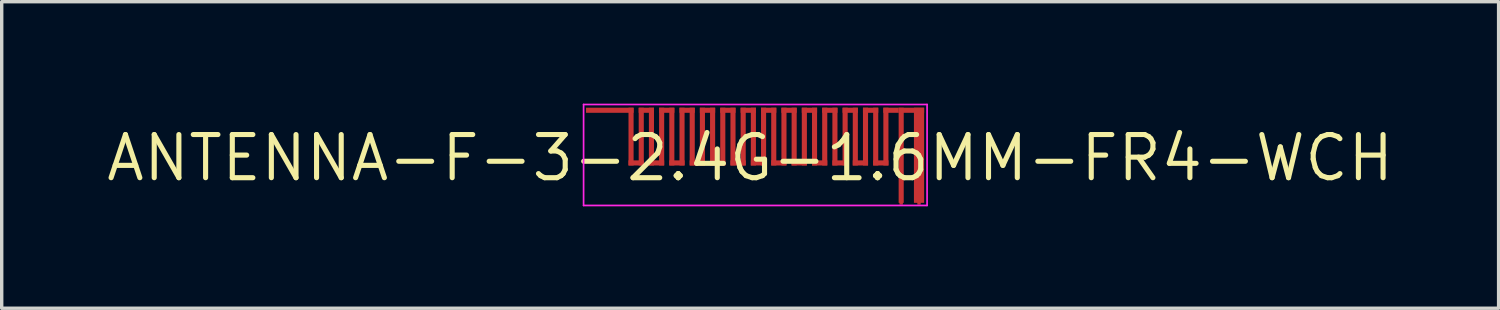
<source format=kicad_pcb>
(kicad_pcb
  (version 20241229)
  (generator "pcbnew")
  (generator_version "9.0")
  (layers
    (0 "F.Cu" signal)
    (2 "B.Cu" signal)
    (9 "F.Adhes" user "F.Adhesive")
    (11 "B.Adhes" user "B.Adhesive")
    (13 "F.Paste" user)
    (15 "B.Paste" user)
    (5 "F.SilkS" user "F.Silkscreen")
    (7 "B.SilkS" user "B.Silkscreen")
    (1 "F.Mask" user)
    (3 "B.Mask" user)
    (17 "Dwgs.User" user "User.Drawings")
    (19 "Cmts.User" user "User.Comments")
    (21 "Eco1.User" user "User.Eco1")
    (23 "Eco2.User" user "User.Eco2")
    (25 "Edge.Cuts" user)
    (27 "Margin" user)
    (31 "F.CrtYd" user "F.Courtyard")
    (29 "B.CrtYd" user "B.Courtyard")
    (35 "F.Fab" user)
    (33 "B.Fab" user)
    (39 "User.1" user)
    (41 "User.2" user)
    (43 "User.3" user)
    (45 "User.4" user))
  (footprint "ANTENNA-F-3-2.4G-1.6MM-FR4-WCH"
    (layer "F.Cu")
    (at 19.027 1.6)
    (property "Reference" "ANTENNA-F-3-2.4G-1.6MM-FR4-WCH" (at 0 0 0) (layer "F.SilkS") (effects (font (size 1.27 1.27) (thickness 0.15))))
    (attr exclude_from_pos_files exclude_from_bom)
    (fp_poly (pts (xy -3.43 -1.33) (xy -4.83 -1.33) (xy -4.83 -1.48) (xy -3.43 -1.48)) (stroke (width 0) (type solid)) (fill yes) (layer "F.Cu"))
    (fp_poly (pts (xy -3.43 0.22) (xy -3.58 0.22) (xy -3.58 -1.48) (xy -3.43 -1.48)) (stroke (width 0) (type solid)) (fill yes) (layer "F.Cu"))
    (fp_poly (pts (xy -3.13 0.22) (xy -3.58 0.22) (xy -3.58 0.07) (xy -3.13 0.07)) (stroke (width 0) (type solid)) (fill yes) (layer "F.Cu"))
    (fp_poly (pts (xy -3.13 0.22) (xy -3.28 0.22) (xy -3.28 -1.48) (xy -3.13 -1.48)) (stroke (width 0) (type solid)) (fill yes) (layer "F.Cu"))
    (fp_poly (pts (xy -2.83 -1.33) (xy -3.28 -1.33) (xy -3.28 -1.48) (xy -2.83 -1.48)) (stroke (width 0) (type solid)) (fill yes) (layer "F.Cu"))
    (fp_poly (pts (xy -2.83 0.22) (xy -2.98 0.22) (xy -2.98 -1.48) (xy -2.83 -1.48)) (stroke (width 0) (type solid)) (fill yes) (layer "F.Cu"))
    (fp_poly (pts (xy -2.53 0.22) (xy -2.98 0.22) (xy -2.98 0.07) (xy -2.53 0.07)) (stroke (width 0) (type solid)) (fill yes) (layer "F.Cu"))
    (fp_poly (pts (xy -2.53 0.22) (xy -2.68 0.22) (xy -2.68 -1.48) (xy -2.53 -1.48)) (stroke (width 0) (type solid)) (fill yes) (layer "F.Cu"))
    (fp_poly (pts (xy -2.23 -1.33) (xy -2.68 -1.33) (xy -2.68 -1.48) (xy -2.23 -1.48)) (stroke (width 0) (type solid)) (fill yes) (layer "F.Cu"))
    (fp_poly (pts (xy -2.23 0.22) (xy -2.38 0.22) (xy -2.38 -1.48) (xy -2.23 -1.48)) (stroke (width 0) (type solid)) (fill yes) (layer "F.Cu"))
    (fp_poly (pts (xy -1.93 0.22) (xy -2.38 0.22) (xy -2.38 0.07) (xy -1.93 0.07)) (stroke (width 0) (type solid)) (fill yes) (layer "F.Cu"))
    (fp_poly (pts (xy -1.93 0.22) (xy -2.08 0.22) (xy -2.08 -1.48) (xy -1.93 -1.48)) (stroke (width 0) (type solid)) (fill yes) (layer "F.Cu"))
    (fp_poly (pts (xy -1.63 -1.33) (xy -2.08 -1.33) (xy -2.08 -1.48) (xy -1.63 -1.48)) (stroke (width 0) (type solid)) (fill yes) (layer "F.Cu"))
    (fp_poly (pts (xy -1.63 0.22) (xy -1.78 0.22) (xy -1.78 -1.48) (xy -1.63 -1.48)) (stroke (width 0) (type solid)) (fill yes) (layer "F.Cu"))
    (fp_poly (pts (xy -1.33 0.22) (xy -1.78 0.22) (xy -1.78 0.07) (xy -1.33 0.07)) (stroke (width 0) (type solid)) (fill yes) (layer "F.Cu"))
    (fp_poly (pts (xy -1.33 0.22) (xy -1.48 0.22) (xy -1.48 -1.48) (xy -1.33 -1.48)) (stroke (width 0) (type solid)) (fill yes) (layer "F.Cu"))
    (fp_poly (pts (xy -1.03 -1.33) (xy -1.48 -1.33) (xy -1.48 -1.48) (xy -1.03 -1.48)) (stroke (width 0) (type solid)) (fill yes) (layer "F.Cu"))
    (fp_poly (pts (xy -1.03 0.22) (xy -1.18 0.22) (xy -1.18 -1.48) (xy -1.03 -1.48)) (stroke (width 0) (type solid)) (fill yes) (layer "F.Cu"))
    (fp_poly (pts (xy -0.73 0.22) (xy -1.18 0.22) (xy -1.18 0.07) (xy -0.73 0.07)) (stroke (width 0) (type solid)) (fill yes) (layer "F.Cu"))
    (fp_poly (pts (xy -0.73 0.22) (xy -0.88 0.22) (xy -0.88 -1.48) (xy -0.73 -1.48)) (stroke (width 0) (type solid)) (fill yes) (layer "F.Cu"))
    (fp_poly (pts (xy -0.43 -1.33) (xy -0.88 -1.33) (xy -0.88 -1.48) (xy -0.43 -1.48)) (stroke (width 0) (type solid)) (fill yes) (layer "F.Cu"))
    (fp_poly (pts (xy -0.43 0.22) (xy -0.58 0.22) (xy -0.58 -1.48) (xy -0.43 -1.48)) (stroke (width 0) (type solid)) (fill yes) (layer "F.Cu"))
    (fp_poly (pts (xy -0.13 0.22) (xy -0.58 0.22) (xy -0.58 0.07) (xy -0.13 0.07)) (stroke (width 0) (type solid)) (fill yes) (layer "F.Cu"))
    (fp_poly (pts (xy -0.13 0.22) (xy -0.28 0.22) (xy -0.28 -1.48) (xy -0.13 -1.48)) (stroke (width 0) (type solid)) (fill yes) (layer "F.Cu"))
    (fp_poly (pts (xy 0.17 -1.33) (xy -0.28 -1.33) (xy -0.28 -1.48) (xy 0.17 -1.48)) (stroke (width 0) (type solid)) (fill yes) (layer "F.Cu"))
    (fp_poly (pts (xy 0.17 0.22) (xy 0.02 0.22) (xy 0.02 -1.48) (xy 0.17 -1.48)) (stroke (width 0) (type solid)) (fill yes) (layer "F.Cu"))
    (fp_poly (pts (xy 0.47 0.22) (xy 0.02 0.22) (xy 0.02 0.07) (xy 0.47 0.07)) (stroke (width 0) (type solid)) (fill yes) (layer "F.Cu"))
    (fp_poly (pts (xy 0.47 0.22) (xy 0.32 0.22) (xy 0.32 -1.48) (xy 0.47 -1.48)) (stroke (width 0) (type solid)) (fill yes) (layer "F.Cu"))
    (fp_poly (pts (xy 0.77 -1.33) (xy 0.32 -1.33) (xy 0.32 -1.48) (xy 0.77 -1.48)) (stroke (width 0) (type solid)) (fill yes) (layer "F.Cu"))
    (fp_poly (pts (xy 0.77 0.22) (xy 0.62 0.22) (xy 0.62 -1.48) (xy 0.77 -1.48)) (stroke (width 0) (type solid)) (fill yes) (layer "F.Cu"))
    (fp_poly (pts (xy 1.07 0.22) (xy 0.62 0.22) (xy 0.62 0.07) (xy 1.07 0.07)) (stroke (width 0) (type solid)) (fill yes) (layer "F.Cu"))
    (fp_poly (pts (xy 1.07 0.22) (xy 0.92 0.22) (xy 0.92 -1.48) (xy 1.07 -1.48)) (stroke (width 0) (type solid)) (fill yes) (layer "F.Cu"))
    (fp_poly (pts (xy 1.37 -1.33) (xy 0.92 -1.33) (xy 0.92 -1.48) (xy 1.37 -1.48)) (stroke (width 0) (type solid)) (fill yes) (layer "F.Cu"))
    (fp_poly (pts (xy 1.37 0.22) (xy 1.22 0.22) (xy 1.22 -1.48) (xy 1.37 -1.48)) (stroke (width 0) (type solid)) (fill yes) (layer "F.Cu"))
    (fp_poly (pts (xy 1.67 0.22) (xy 1.22 0.22) (xy 1.22 0.07) (xy 1.67 0.07)) (stroke (width 0) (type solid)) (fill yes) (layer "F.Cu"))
    (fp_poly (pts (xy 1.67 0.22) (xy 1.52 0.22) (xy 1.52 -1.48) (xy 1.67 -1.48)) (stroke (width 0) (type solid)) (fill yes) (layer "F.Cu"))
    (fp_poly (pts (xy 1.97 -1.33) (xy 1.52 -1.33) (xy 1.52 -1.48) (xy 1.97 -1.48)) (stroke (width 0) (type solid)) (fill yes) (layer "F.Cu"))
    (fp_poly (pts (xy 1.97 0.22) (xy 1.82 0.22) (xy 1.82 -1.48) (xy 1.97 -1.48)) (stroke (width 0) (type solid)) (fill yes) (layer "F.Cu"))
    (fp_poly (pts (xy 2.27 0.22) (xy 1.82 0.22) (xy 1.82 0.07) (xy 2.27 0.07)) (stroke (width 0) (type solid)) (fill yes) (layer "F.Cu"))
    (fp_poly (pts (xy 2.27 0.22) (xy 2.12 0.22) (xy 2.12 -1.48) (xy 2.27 -1.48)) (stroke (width 0) (type solid)) (fill yes) (layer "F.Cu"))
    (fp_poly (pts (xy 2.57 -1.33) (xy 2.12 -1.33) (xy 2.12 -1.48) (xy 2.57 -1.48)) (stroke (width 0) (type solid)) (fill yes) (layer "F.Cu"))
    (fp_poly (pts (xy 2.57 0.22) (xy 2.42 0.22) (xy 2.42 -1.48) (xy 2.57 -1.48)) (stroke (width 0) (type solid)) (fill yes) (layer "F.Cu"))
    (fp_poly (pts (xy 2.87 0.22) (xy 2.42 0.22) (xy 2.42 0.07) (xy 2.87 0.07)) (stroke (width 0) (type solid)) (fill yes) (layer "F.Cu"))
    (fp_poly (pts (xy 2.87 0.22) (xy 2.72 0.22) (xy 2.72 -1.48) (xy 2.87 -1.48)) (stroke (width 0) (type solid)) (fill yes) (layer "F.Cu"))
    (fp_poly (pts (xy 3.17 -1.33) (xy 2.72 -1.33) (xy 2.72 -1.48) (xy 3.17 -1.48)) (stroke (width 0) (type solid)) (fill yes) (layer "F.Cu"))
    (fp_poly (pts (xy 3.17 0.22) (xy 3.02 0.22) (xy 3.02 -1.48) (xy 3.17 -1.48)) (stroke (width 0) (type solid)) (fill yes) (layer "F.Cu"))
    (fp_poly (pts (xy 3.47 0.22) (xy 3.02 0.22) (xy 3.02 0.07) (xy 3.47 0.07)) (stroke (width 0) (type solid)) (fill yes) (layer "F.Cu"))
    (fp_poly (pts (xy 3.47 0.22) (xy 3.32 0.22) (xy 3.32 -1.48) (xy 3.47 -1.48)) (stroke (width 0) (type solid)) (fill yes) (layer "F.Cu"))
    (fp_poly (pts (xy 3.77 -1.33) (xy 3.32 -1.33) (xy 3.32 -1.48) (xy 3.77 -1.48)) (stroke (width 0) (type solid)) (fill yes) (layer "F.Cu"))
    (fp_poly (pts (xy 3.77 0.22) (xy 3.62 0.22) (xy 3.62 -1.48) (xy 3.77 -1.48)) (stroke (width 0) (type solid)) (fill yes) (layer "F.Cu"))
    (fp_poly (pts (xy 4.07 0.22) (xy 3.62 0.22) (xy 3.62 0.07) (xy 4.07 0.07)) (stroke (width 0) (type solid)) (fill yes) (layer "F.Cu"))
    (fp_poly (pts (xy 4.07 0.22) (xy 3.92 0.22) (xy 3.92 -1.48) (xy 4.07 -1.48)) (stroke (width 0) (type solid)) (fill yes) (layer "F.Cu"))
    (fp_poly (pts (xy 4.37 -1.33) (xy 4.37 -1.48) (xy 5.12 -1.48) (xy 5.12 -1.33)) (stroke (width 0) (type solid)) (fill yes) (layer "F.Cu"))
    (fp_poly (pts (xy 4.37 -1.33) (xy 3.92 -1.33) (xy 3.92 -1.48) (xy 4.37 -1.48)) (stroke (width 0) (type solid)) (fill yes) (layer "F.Cu"))
    (fp_poly (pts (xy 4.52 1.32) (xy 4.37 1.32) (xy 4.37 -1.48) (xy 4.52 -1.48)) (stroke (width 0) (type solid)) (fill yes) (layer "F.Cu"))
    (fp_poly (pts (xy 5.12 1.32) (xy 4.82 1.32) (xy 4.82 -1.48) (xy 5.12 -1.48)) (stroke (width 0) (type solid)) (fill yes) (layer "F.Cu"))
    (fp_poly (pts (xy -3.43 -1.33) (xy -4.83 -1.33) (xy -4.83 -1.48) (xy -3.43 -1.48)) (stroke (width 0) (type solid)) (fill yes) (layer "F.Mask"))
    (fp_poly (pts (xy -3.43 0.22) (xy -3.58 0.22) (xy -3.58 -1.48) (xy -3.43 -1.48)) (stroke (width 0) (type solid)) (fill yes) (layer "F.Mask"))
    (fp_poly (pts (xy -3.13 0.22) (xy -3.58 0.22) (xy -3.58 0.07) (xy -3.13 0.07)) (stroke (width 0) (type solid)) (fill yes) (layer "F.Mask"))
    (fp_poly (pts (xy -3.13 0.22) (xy -3.28 0.22) (xy -3.28 -1.48) (xy -3.13 -1.48)) (stroke (width 0) (type solid)) (fill yes) (layer "F.Mask"))
    (fp_poly (pts (xy -2.83 -1.33) (xy -3.28 -1.33) (xy -3.28 -1.48) (xy -2.83 -1.48)) (stroke (width 0) (type solid)) (fill yes) (layer "F.Mask"))
    (fp_poly (pts (xy -2.83 0.22) (xy -2.98 0.22) (xy -2.98 -1.48) (xy -2.83 -1.48)) (stroke (width 0) (type solid)) (fill yes) (layer "F.Mask"))
    (fp_poly (pts (xy -2.53 0.22) (xy -2.98 0.22) (xy -2.98 0.07) (xy -2.53 0.07)) (stroke (width 0) (type solid)) (fill yes) (layer "F.Mask"))
    (fp_poly (pts (xy -2.53 0.22) (xy -2.68 0.22) (xy -2.68 -1.48) (xy -2.53 -1.48)) (stroke (width 0) (type solid)) (fill yes) (layer "F.Mask"))
    (fp_poly (pts (xy -2.23 -1.33) (xy -2.68 -1.33) (xy -2.68 -1.48) (xy -2.23 -1.48)) (stroke (width 0) (type solid)) (fill yes) (layer "F.Mask"))
    (fp_poly (pts (xy -2.23 0.22) (xy -2.38 0.22) (xy -2.38 -1.48) (xy -2.23 -1.48)) (stroke (width 0) (type solid)) (fill yes) (layer "F.Mask"))
    (fp_poly (pts (xy -1.93 0.22) (xy -2.38 0.22) (xy -2.38 0.07) (xy -1.93 0.07)) (stroke (width 0) (type solid)) (fill yes) (layer "F.Mask"))
    (fp_poly (pts (xy -1.93 0.22) (xy -2.08 0.22) (xy -2.08 -1.48) (xy -1.93 -1.48)) (stroke (width 0) (type solid)) (fill yes) (layer "F.Mask"))
    (fp_poly (pts (xy -1.63 -1.33) (xy -2.08 -1.33) (xy -2.08 -1.48) (xy -1.63 -1.48)) (stroke (width 0) (type solid)) (fill yes) (layer "F.Mask"))
    (fp_poly (pts (xy -1.63 0.22) (xy -1.78 0.22) (xy -1.78 -1.48) (xy -1.63 -1.48)) (stroke (width 0) (type solid)) (fill yes) (layer "F.Mask"))
    (fp_poly (pts (xy -1.33 0.22) (xy -1.78 0.22) (xy -1.78 0.07) (xy -1.33 0.07)) (stroke (width 0) (type solid)) (fill yes) (layer "F.Mask"))
    (fp_poly (pts (xy -1.33 0.22) (xy -1.48 0.22) (xy -1.48 -1.48) (xy -1.33 -1.48)) (stroke (width 0) (type solid)) (fill yes) (layer "F.Mask"))
    (fp_poly (pts (xy -1.03 -1.33) (xy -1.48 -1.33) (xy -1.48 -1.48) (xy -1.03 -1.48)) (stroke (width 0) (type solid)) (fill yes) (layer "F.Mask"))
    (fp_poly (pts (xy -1.03 0.22) (xy -1.18 0.22) (xy -1.18 -1.48) (xy -1.03 -1.48)) (stroke (width 0) (type solid)) (fill yes) (layer "F.Mask"))
    (fp_poly (pts (xy -0.73 0.22) (xy -1.18 0.22) (xy -1.18 0.07) (xy -0.73 0.07)) (stroke (width 0) (type solid)) (fill yes) (layer "F.Mask"))
    (fp_poly (pts (xy -0.73 0.22) (xy -0.88 0.22) (xy -0.88 -1.48) (xy -0.73 -1.48)) (stroke (width 0) (type solid)) (fill yes) (layer "F.Mask"))
    (fp_poly (pts (xy -0.43 -1.33) (xy -0.88 -1.33) (xy -0.88 -1.48) (xy -0.43 -1.48)) (stroke (width 0) (type solid)) (fill yes) (layer "F.Mask"))
    (fp_poly (pts (xy -0.43 0.22) (xy -0.58 0.22) (xy -0.58 -1.48) (xy -0.43 -1.48)) (stroke (width 0) (type solid)) (fill yes) (layer "F.Mask"))
    (fp_poly (pts (xy -0.13 0.22) (xy -0.58 0.22) (xy -0.58 0.07) (xy -0.13 0.07)) (stroke (width 0) (type solid)) (fill yes) (layer "F.Mask"))
    (fp_poly (pts (xy -0.13 0.22) (xy -0.28 0.22) (xy -0.28 -1.48) (xy -0.13 -1.48)) (stroke (width 0) (type solid)) (fill yes) (layer "F.Mask"))
    (fp_poly (pts (xy 0.17 -1.33) (xy -0.28 -1.33) (xy -0.28 -1.48) (xy 0.17 -1.48)) (stroke (width 0) (type solid)) (fill yes) (layer "F.Mask"))
    (fp_poly (pts (xy 0.17 0.22) (xy 0.02 0.22) (xy 0.02 -1.48) (xy 0.17 -1.48)) (stroke (width 0) (type solid)) (fill yes) (layer "F.Mask"))
    (fp_poly (pts (xy 0.47 0.22) (xy 0.02 0.22) (xy 0.02 0.07) (xy 0.47 0.07)) (stroke (width 0) (type solid)) (fill yes) (layer "F.Mask"))
    (fp_poly (pts (xy 0.47 0.22) (xy 0.32 0.22) (xy 0.32 -1.48) (xy 0.47 -1.48)) (stroke (width 0) (type solid)) (fill yes) (layer "F.Mask"))
    (fp_poly (pts (xy 0.77 -1.33) (xy 0.32 -1.33) (xy 0.32 -1.48) (xy 0.77 -1.48)) (stroke (width 0) (type solid)) (fill yes) (layer "F.Mask"))
    (fp_poly (pts (xy 0.77 0.22) (xy 0.62 0.22) (xy 0.62 -1.48) (xy 0.77 -1.48)) (stroke (width 0) (type solid)) (fill yes) (layer "F.Mask"))
    (fp_poly (pts (xy 1.07 0.22) (xy 0.62 0.22) (xy 0.62 0.07) (xy 1.07 0.07)) (stroke (width 0) (type solid)) (fill yes) (layer "F.Mask"))
    (fp_poly (pts (xy 1.07 0.22) (xy 0.92 0.22) (xy 0.92 -1.48) (xy 1.07 -1.48)) (stroke (width 0) (type solid)) (fill yes) (layer "F.Mask"))
    (fp_poly (pts (xy 1.37 -1.33) (xy 0.92 -1.33) (xy 0.92 -1.48) (xy 1.37 -1.48)) (stroke (width 0) (type solid)) (fill yes) (layer "F.Mask"))
    (fp_poly (pts (xy 1.37 0.22) (xy 1.22 0.22) (xy 1.22 -1.48) (xy 1.37 -1.48)) (stroke (width 0) (type solid)) (fill yes) (layer "F.Mask"))
    (fp_poly (pts (xy 1.67 0.22) (xy 1.22 0.22) (xy 1.22 0.07) (xy 1.67 0.07)) (stroke (width 0) (type solid)) (fill yes) (layer "F.Mask"))
    (fp_poly (pts (xy 1.67 0.22) (xy 1.52 0.22) (xy 1.52 -1.48) (xy 1.67 -1.48)) (stroke (width 0) (type solid)) (fill yes) (layer "F.Mask"))
    (fp_poly (pts (xy 1.97 -1.33) (xy 1.52 -1.33) (xy 1.52 -1.48) (xy 1.97 -1.48)) (stroke (width 0) (type solid)) (fill yes) (layer "F.Mask"))
    (fp_poly (pts (xy 1.97 0.22) (xy 1.82 0.22) (xy 1.82 -1.48) (xy 1.97 -1.48)) (stroke (width 0) (type solid)) (fill yes) (layer "F.Mask"))
    (fp_poly (pts (xy 2.27 0.22) (xy 1.82 0.22) (xy 1.82 0.07) (xy 2.27 0.07)) (stroke (width 0) (type solid)) (fill yes) (layer "F.Mask"))
    (fp_poly (pts (xy 2.27 0.22) (xy 2.12 0.22) (xy 2.12 -1.48) (xy 2.27 -1.48)) (stroke (width 0) (type solid)) (fill yes) (layer "F.Mask"))
    (fp_poly (pts (xy 2.57 -1.33) (xy 2.12 -1.33) (xy 2.12 -1.48) (xy 2.57 -1.48)) (stroke (width 0) (type solid)) (fill yes) (layer "F.Mask"))
    (fp_poly (pts (xy 2.57 0.22) (xy 2.42 0.22) (xy 2.42 -1.48) (xy 2.57 -1.48)) (stroke (width 0) (type solid)) (fill yes) (layer "F.Mask"))
    (fp_poly (pts (xy 2.87 0.22) (xy 2.42 0.22) (xy 2.42 0.07) (xy 2.87 0.07)) (stroke (width 0) (type solid)) (fill yes) (layer "F.Mask"))
    (fp_poly (pts (xy 2.87 0.22) (xy 2.72 0.22) (xy 2.72 -1.48) (xy 2.87 -1.48)) (stroke (width 0) (type solid)) (fill yes) (layer "F.Mask"))
    (fp_poly (pts (xy 3.17 -1.33) (xy 2.72 -1.33) (xy 2.72 -1.48) (xy 3.17 -1.48)) (stroke (width 0) (type solid)) (fill yes) (layer "F.Mask"))
    (fp_poly (pts (xy 3.17 0.22) (xy 3.02 0.22) (xy 3.02 -1.48) (xy 3.17 -1.48)) (stroke (width 0) (type solid)) (fill yes) (layer "F.Mask"))
    (fp_poly (pts (xy 3.47 0.22) (xy 3.02 0.22) (xy 3.02 0.07) (xy 3.47 0.07)) (stroke (width 0) (type solid)) (fill yes) (layer "F.Mask"))
    (fp_poly (pts (xy 3.47 0.22) (xy 3.32 0.22) (xy 3.32 -1.48) (xy 3.47 -1.48)) (stroke (width 0) (type solid)) (fill yes) (layer "F.Mask"))
    (fp_poly (pts (xy 3.77 -1.33) (xy 3.32 -1.33) (xy 3.32 -1.48) (xy 3.77 -1.48)) (stroke (width 0) (type solid)) (fill yes) (layer "F.Mask"))
    (fp_poly (pts (xy 3.77 0.22) (xy 3.62 0.22) (xy 3.62 -1.48) (xy 3.77 -1.48)) (stroke (width 0) (type solid)) (fill yes) (layer "F.Mask"))
    (fp_poly (pts (xy 4.07 0.22) (xy 3.62 0.22) (xy 3.62 0.07) (xy 4.07 0.07)) (stroke (width 0) (type solid)) (fill yes) (layer "F.Mask"))
    (fp_poly (pts (xy 4.07 0.22) (xy 3.92 0.22) (xy 3.92 -1.48) (xy 4.07 -1.48)) (stroke (width 0) (type solid)) (fill yes) (layer "F.Mask"))
    (fp_poly (pts (xy 4.37 -1.33) (xy 4.37 -1.48) (xy 5.12 -1.48) (xy 5.12 -1.33)) (stroke (width 0) (type solid)) (fill yes) (layer "F.Mask"))
    (fp_poly (pts (xy 4.37 -1.33) (xy 3.92 -1.33) (xy 3.92 -1.48) (xy 4.37 -1.48)) (stroke (width 0) (type solid)) (fill yes) (layer "F.Mask"))
    (fp_poly (pts (xy 4.52 1.32) (xy 4.37 1.32) (xy 4.37 -1.48) (xy 4.52 -1.48)) (stroke (width 0) (type solid)) (fill yes) (layer "F.Mask"))
    (fp_poly (pts (xy 5.12 1.32) (xy 4.82 1.32) (xy 4.82 -1.48) (xy 5.12 -1.48)) (stroke (width 0) (type solid)) (fill yes) (layer "F.Mask"))
    (fp_line (start -4.902 -1.575) (end 5.207 -1.575) (stroke (width 0.05) (type solid)) (layer "F.CrtYd"))
    (fp_line (start -4.902 1.397) (end -4.902 -1.575) (stroke (width 0.05) (type solid)) (layer "F.CrtYd"))
    (fp_line (start 5.207 -1.575) (end 5.207 1.397) (stroke (width 0.05) (type solid)) (layer "F.CrtYd"))
    (fp_line (start 5.207 1.397) (end -4.902 1.397) (stroke (width 0.05) (type solid)) (layer "F.CrtYd"))
    (pad "1" smd rect (at 4.445 1.321) (size 0.1 0.1) (layers "F.Cu"))
    (pad "2" smd rect (at 4.97 1.321) (size 0.1 0.1) (layers "F.Cu"))
    (zone (net_name "") (layers "F.Cu" "B.Cu") (name "ANT_KEEPOUT") (hatch edge 0.508) (connect_pads) (min_thickness 0.254) (filled_areas_thickness no) (keepout (tracks not_allowed) (vias not_allowed) (pads not_allowed) (copperpour not_allowed) (footprints not_allowed)) (placement (enabled no)) (fill) (polygon (pts (xy 24.234 2.895) (xy 14.125 2.895) (xy 14.125 0.025) (xy 24.234 0.025)))))
  (gr_rect
    (start -3 -3)
    (end 41.054 6.022)
    (stroke (width 0.1) (type default))
    (fill no)
    (layer "Edge.Cuts")))
</source>
